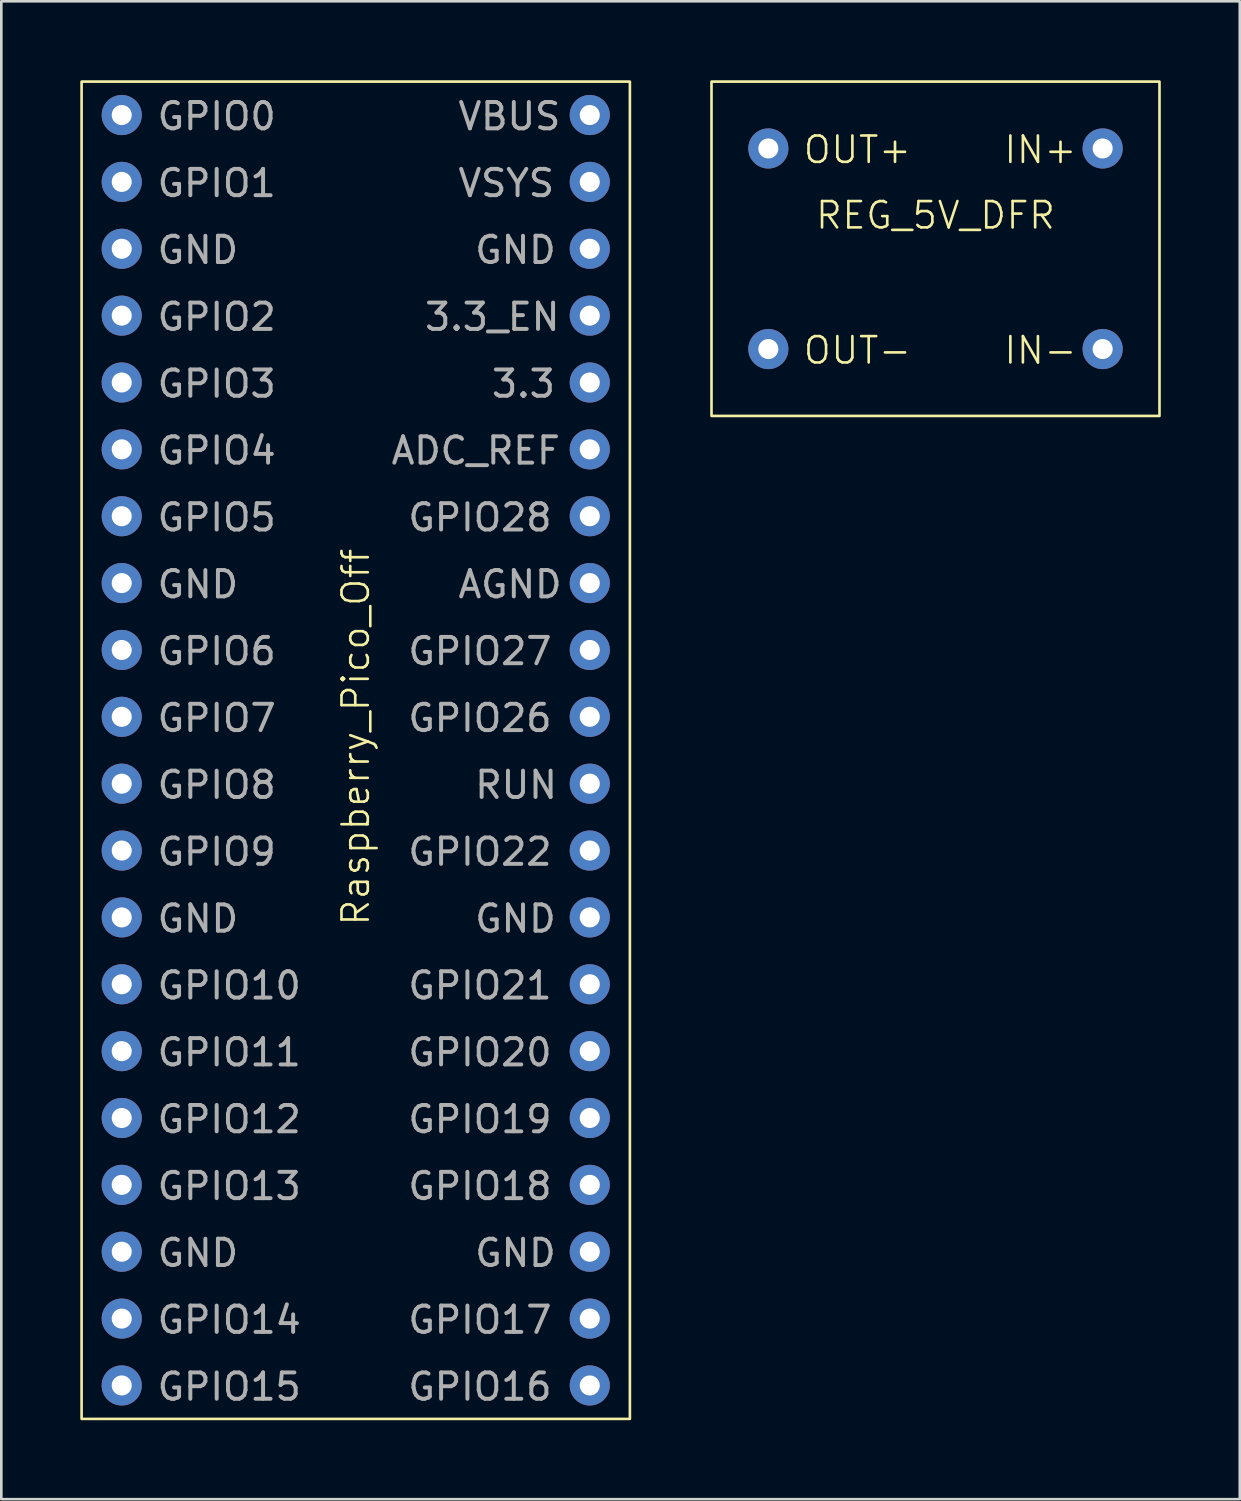
<source format=kicad_pcb>
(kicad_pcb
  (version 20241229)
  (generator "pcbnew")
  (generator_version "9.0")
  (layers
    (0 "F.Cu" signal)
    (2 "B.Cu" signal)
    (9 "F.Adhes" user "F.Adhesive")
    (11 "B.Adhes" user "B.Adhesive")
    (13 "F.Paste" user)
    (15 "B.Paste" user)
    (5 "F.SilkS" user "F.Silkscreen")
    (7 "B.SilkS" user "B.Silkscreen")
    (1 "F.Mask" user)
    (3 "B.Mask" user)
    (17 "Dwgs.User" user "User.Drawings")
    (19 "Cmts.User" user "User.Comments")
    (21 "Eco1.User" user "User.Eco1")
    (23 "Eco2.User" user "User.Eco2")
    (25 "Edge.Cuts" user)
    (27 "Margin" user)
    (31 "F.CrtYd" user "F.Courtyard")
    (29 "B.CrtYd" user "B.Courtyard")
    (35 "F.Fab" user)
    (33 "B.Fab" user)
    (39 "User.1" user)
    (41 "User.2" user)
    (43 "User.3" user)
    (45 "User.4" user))
  (footprint "REG_5V_DFR"
    (layer "F.Cu")
    (at 32.487 6.4)
    (property "Reference" "REG_5V_DFR" (at 0 -1.27 0) (unlocked yes) (layer "F.SilkS") (effects (font (size 1 1) (thickness 0.1))))
    (attr through_hole)
    (fp_rect (start -8.509 -6.35) (end 8.509 6.35) (stroke (width 0.1) (type default)) (fill no) (layer "F.SilkS"))
    (fp_text user "OUT+" (at -5.08 -3.175 0) (unlocked yes) (layer "F.SilkS") (effects (font (size 1 1) (thickness 0.1)) (justify left bottom)))
    (fp_text user "IN-" (at 2.54 4.445 0) (unlocked yes) (layer "F.SilkS") (effects (font (size 1 1) (thickness 0.1)) (justify left bottom)))
    (fp_text user "OUT-" (at -5.08 4.445 0) (unlocked yes) (layer "F.SilkS") (effects (font (size 1 1) (thickness 0.1)) (justify left bottom)))
    (fp_text user "IN+" (at 2.54 -3.175 0) (unlocked yes) (layer "F.SilkS") (effects (font (size 1 1) (thickness 0.1)) (justify left bottom)))
    (pad "1" thru_hole circle (at 6.35 -3.81) (size 1.524 1.524) (drill 0.762) (layers "*.Cu" "*.Mask"))
    (pad "2" thru_hole circle (at 6.35 3.81) (size 1.524 1.524) (drill 0.762) (layers "*.Cu" "*.Mask"))
    (pad "3" thru_hole circle (at -6.35 -3.81) (size 1.524 1.524) (drill 0.762) (layers "*.Cu" "*.Mask"))
    (pad "4" thru_hole circle (at -6.35 3.81) (size 1.524 1.524) (drill 0.762) (layers "*.Cu" "*.Mask")))
  (footprint "Raspberry_Pico_Off"
    (layer "F.Cu")
    (at 10.464 25.45)
    (property "Reference" "Raspberry_Pico_Off" (at 0 -0.5 90) (unlocked yes) (layer "F.SilkS") (effects (font (size 1 1) (thickness 0.1))))
    (attr through_hole)
    (fp_rect (start -10.414 -25.4) (end 10.414 25.4) (stroke (width 0.1) (type default)) (fill no) (layer "F.SilkS"))
    (fp_text user "VSYS" (at 3.81 -20.955 0) (unlocked yes) (layer "F.Fab") (effects (font (size 1 1) (thickness 0.15)) (justify left bottom)))
    (fp_text user "VBUS" (at 3.81 -23.495 0) (unlocked yes) (layer "F.Fab") (effects (font (size 1 1) (thickness 0.15)) (justify left bottom)))
    (fp_text user "GPIO2" (at -7.62 -15.875 0) (unlocked yes) (layer "F.Fab") (effects (font (size 1 1) (thickness 0.15)) (justify left bottom)))
    (fp_text user "GPIO22" (at 1.905 4.445 0) (unlocked yes) (layer "F.Fab") (effects (font (size 1 1) (thickness 0.15)) (justify left bottom)))
    (fp_text user "GPIO27" (at 1.905 -3.175 0) (unlocked yes) (layer "F.Fab") (effects (font (size 1 1) (thickness 0.15)) (justify left bottom)))
    (fp_text user "GPIO0" (at -7.62 -23.495 0) (unlocked yes) (layer "F.Fab") (effects (font (size 1 1) (thickness 0.15)) (justify left bottom)))
    (fp_text user "GPIO8" (at -7.62 1.905 0) (unlocked yes) (layer "F.Fab") (effects (font (size 1 1) (thickness 0.15)) (justify left bottom)))
    (fp_text user "GPIO9" (at -7.62 4.445 0) (unlocked yes) (layer "F.Fab") (effects (font (size 1 1) (thickness 0.15)) (justify left bottom)))
    (fp_text user "GPIO5" (at -7.62 -8.255 0) (unlocked yes) (layer "F.Fab") (effects (font (size 1 1) (thickness 0.15)) (justify left bottom)))
    (fp_text user "GPIO15" (at -7.62 24.765 0) (unlocked yes) (layer "F.Fab") (effects (font (size 1 1) (thickness 0.15)) (justify left bottom)))
    (fp_text user "GPIO14" (at -7.62 22.225 0) (unlocked yes) (layer "F.Fab") (effects (font (size 1 1) (thickness 0.15)) (justify left bottom)))
    (fp_text user "GPIO1" (at -7.62 -20.955 0) (unlocked yes) (layer "F.Fab") (effects (font (size 1 1) (thickness 0.15)) (justify left bottom)))
    (fp_text user "GPIO28" (at 1.905 -8.255 0) (unlocked yes) (layer "F.Fab") (effects (font (size 1 1) (thickness 0.15)) (justify left bottom)))
    (fp_text user "GND" (at -7.62 -18.415 0) (unlocked yes) (layer "F.Fab") (effects (font (size 1 1) (thickness 0.15)) (justify left bottom)))
    (fp_text user "GPIO26" (at 1.905 -0.635 0) (unlocked yes) (layer "F.Fab") (effects (font (size 1 1) (thickness 0.15)) (justify left bottom)))
    (fp_text user "AGND" (at 3.81 -5.715 0) (unlocked yes) (layer "F.Fab") (effects (font (size 1 1) (thickness 0.15)) (justify left bottom)))
    (fp_text user "GPIO10" (at -7.62 9.525 0) (unlocked yes) (layer "F.Fab") (effects (font (size 1 1) (thickness 0.15)) (justify left bottom)))
    (fp_text user "GPIO4" (at -7.62 -10.795 0) (unlocked yes) (layer "F.Fab") (effects (font (size 1 1) (thickness 0.15)) (justify left bottom)))
    (fp_text user "GPIO3" (at -7.62 -13.335 0) (unlocked yes) (layer "F.Fab") (effects (font (size 1 1) (thickness 0.15)) (justify left bottom)))
    (fp_text user "3.3" (at 5.08 -13.335 0) (unlocked yes) (layer "F.Fab") (effects (font (size 1 1) (thickness 0.15)) (justify left bottom)))
    (fp_text user "GPIO12" (at -7.62 14.605 0) (unlocked yes) (layer "F.Fab") (effects (font (size 1 1) (thickness 0.15)) (justify left bottom)))
    (fp_text user "ADC_REF" (at 1.27 -10.795 0) (unlocked yes) (layer "F.Fab") (effects (font (size 1 1) (thickness 0.15)) (justify left bottom)))
    (fp_text user "GND" (at 4.445 19.685 0) (unlocked yes) (layer "F.Fab") (effects (font (size 1 1) (thickness 0.15)) (justify left bottom)))
    (fp_text user "GND" (at -7.62 19.685 0) (unlocked yes) (layer "F.Fab") (effects (font (size 1 1) (thickness 0.15)) (justify left bottom)))
    (fp_text user "GND" (at -7.62 6.985 0) (unlocked yes) (layer "F.Fab") (effects (font (size 1 1) (thickness 0.15)) (justify left bottom)))
    (fp_text user "GPIO18" (at 1.905 17.145 0) (unlocked yes) (layer "F.Fab") (effects (font (size 1 1) (thickness 0.15)) (justify left bottom)))
    (fp_text user "GND" (at 4.445 6.985 0) (unlocked yes) (layer "F.Fab") (effects (font (size 1 1) (thickness 0.15)) (justify left bottom)))
    (fp_text user "GPIO20" (at 1.905 12.065 0) (unlocked yes) (layer "F.Fab") (effects (font (size 1 1) (thickness 0.15)) (justify left bottom)))
    (fp_text user "GPIO19" (at 1.905 14.605 0) (unlocked yes) (layer "F.Fab") (effects (font (size 1 1) (thickness 0.15)) (justify left bottom)))
    (fp_text user "RUN" (at 4.445 1.905 0) (unlocked yes) (layer "F.Fab") (effects (font (size 1 1) (thickness 0.15)) (justify left bottom)))
    (fp_text user "GND" (at -7.62 -5.715 0) (unlocked yes) (layer "F.Fab") (effects (font (size 1 1) (thickness 0.15)) (justify left bottom)))
    (fp_text user "GND" (at 4.445 -18.415 0) (unlocked yes) (layer "F.Fab") (effects (font (size 1 1) (thickness 0.15)) (justify left bottom)))
    (fp_text user "3.3_EN" (at 2.54 -15.875 0) (unlocked yes) (layer "F.Fab") (effects (font (size 1 1) (thickness 0.15)) (justify left bottom)))
    (fp_text user "GPIO6" (at -7.62 -3.175 0) (unlocked yes) (layer "F.Fab") (effects (font (size 1 1) (thickness 0.15)) (justify left bottom)))
    (fp_text user "GPIO7" (at -7.62 -0.635 0) (unlocked yes) (layer "F.Fab") (effects (font (size 1 1) (thickness 0.15)) (justify left bottom)))
    (fp_text user "GPIO11" (at -7.62 12.065 0) (unlocked yes) (layer "F.Fab") (effects (font (size 1 1) (thickness 0.15)) (justify left bottom)))
    (fp_text user "GPIO17" (at 1.905 22.225 0) (unlocked yes) (layer "F.Fab") (effects (font (size 1 1) (thickness 0.15)) (justify left bottom)))
    (fp_text user "GPIO13" (at -7.62 17.145 0) (unlocked yes) (layer "F.Fab") (effects (font (size 1 1) (thickness 0.15)) (justify left bottom)))
    (fp_text user "GPIO21" (at 1.905 9.525 0) (unlocked yes) (layer "F.Fab") (effects (font (size 1 1) (thickness 0.15)) (justify left bottom)))
    (fp_text user "GPIO16" (at 1.905 24.765 0) (unlocked yes) (layer "F.Fab") (effects (font (size 1 1) (thickness 0.15)) (justify left bottom)))
    (pad "1" thru_hole circle (at 8.89 -24.13) (size 1.524 1.524) (drill 0.762) (layers "*.Cu" "*.Mask"))
    (pad "2" thru_hole circle (at 8.89 -21.59) (size 1.524 1.524) (drill 0.762) (layers "*.Cu" "*.Mask"))
    (pad "3" thru_hole circle (at 8.89 -19.05) (size 1.524 1.524) (drill 0.762) (layers "*.Cu" "*.Mask"))
    (pad "4" thru_hole circle (at 8.89 -16.51) (size 1.524 1.524) (drill 0.762) (layers "*.Cu" "*.Mask"))
    (pad "5" thru_hole circle (at 8.89 -13.97) (size 1.524 1.524) (drill 0.762) (layers "*.Cu" "*.Mask"))
    (pad "6" thru_hole circle (at 8.89 -11.43) (size 1.524 1.524) (drill 0.762) (layers "*.Cu" "*.Mask"))
    (pad "7" thru_hole circle (at 8.89 -8.89) (size 1.524 1.524) (drill 0.762) (layers "*.Cu" "*.Mask"))
    (pad "8" thru_hole circle (at 8.89 -6.35) (size 1.524 1.524) (drill 0.762) (layers "*.Cu" "*.Mask"))
    (pad "9" thru_hole circle (at 8.89 -3.81) (size 1.524 1.524) (drill 0.762) (layers "*.Cu" "*.Mask"))
    (pad "10" thru_hole circle (at 8.89 -1.27) (size 1.524 1.524) (drill 0.762) (layers "*.Cu" "*.Mask"))
    (pad "11" thru_hole circle (at 8.89 1.27) (size 1.524 1.524) (drill 0.762) (layers "*.Cu" "*.Mask"))
    (pad "12" thru_hole circle (at 8.89 3.81) (size 1.524 1.524) (drill 0.762) (layers "*.Cu" "*.Mask"))
    (pad "13" thru_hole circle (at 8.89 6.35) (size 1.524 1.524) (drill 0.762) (layers "*.Cu" "*.Mask"))
    (pad "14" thru_hole circle (at 8.89 8.89) (size 1.524 1.524) (drill 0.762) (layers "*.Cu" "*.Mask"))
    (pad "15" thru_hole circle (at 8.89 11.43) (size 1.524 1.524) (drill 0.762) (layers "*.Cu" "*.Mask"))
    (pad "16" thru_hole circle (at 8.89 13.97) (size 1.524 1.524) (drill 0.762) (layers "*.Cu" "*.Mask"))
    (pad "17" thru_hole circle (at 8.89 16.51) (size 1.524 1.524) (drill 0.762) (layers "*.Cu" "*.Mask"))
    (pad "18" thru_hole circle (at 8.89 19.05) (size 1.524 1.524) (drill 0.762) (layers "*.Cu" "*.Mask"))
    (pad "19" thru_hole circle (at 8.89 21.59) (size 1.524 1.524) (drill 0.762) (layers "*.Cu" "*.Mask"))
    (pad "20" thru_hole circle (at 8.89 24.13) (size 1.524 1.524) (drill 0.762) (layers "*.Cu" "*.Mask"))
    (pad "21" thru_hole circle (at -8.89 -24.13) (size 1.524 1.524) (drill 0.762) (layers "*.Cu" "*.Mask"))
    (pad "22" thru_hole circle (at -8.89 -21.59) (size 1.524 1.524) (drill 0.762) (layers "*.Cu" "*.Mask"))
    (pad "23" thru_hole circle (at -8.89 -19.05) (size 1.524 1.524) (drill 0.762) (layers "*.Cu" "*.Mask"))
    (pad "24" thru_hole circle (at -8.89 -16.51) (size 1.524 1.524) (drill 0.762) (layers "*.Cu" "*.Mask"))
    (pad "25" thru_hole circle (at -8.89 -13.97) (size 1.524 1.524) (drill 0.762) (layers "*.Cu" "*.Mask"))
    (pad "26" thru_hole circle (at -8.89 -11.43) (size 1.524 1.524) (drill 0.762) (layers "*.Cu" "*.Mask"))
    (pad "27" thru_hole circle (at -8.89 -8.89) (size 1.524 1.524) (drill 0.762) (layers "*.Cu" "*.Mask"))
    (pad "28" thru_hole circle (at -8.89 -6.35) (size 1.524 1.524) (drill 0.762) (layers "*.Cu" "*.Mask"))
    (pad "29" thru_hole circle (at -8.89 -3.81) (size 1.524 1.524) (drill 0.762) (layers "*.Cu" "*.Mask"))
    (pad "30" thru_hole circle (at -8.89 -1.27) (size 1.524 1.524) (drill 0.762) (layers "*.Cu" "*.Mask"))
    (pad "31" thru_hole circle (at -8.89 1.27) (size 1.524 1.524) (drill 0.762) (layers "*.Cu" "*.Mask"))
    (pad "32" thru_hole circle (at -8.89 3.81) (size 1.524 1.524) (drill 0.762) (layers "*.Cu" "*.Mask"))
    (pad "33" thru_hole circle (at -8.89 6.35) (size 1.524 1.524) (drill 0.762) (layers "*.Cu" "*.Mask"))
    (pad "34" thru_hole circle (at -8.89 8.89) (size 1.524 1.524) (drill 0.762) (layers "*.Cu" "*.Mask"))
    (pad "35" thru_hole circle (at -8.89 11.43) (size 1.524 1.524) (drill 0.762) (layers "*.Cu" "*.Mask"))
    (pad "36" thru_hole circle (at -8.89 13.97) (size 1.524 1.524) (drill 0.762) (layers "*.Cu" "*.Mask"))
    (pad "37" thru_hole circle (at -8.89 16.51) (size 1.524 1.524) (drill 0.762) (layers "*.Cu" "*.Mask"))
    (pad "38" thru_hole circle (at -8.89 19.05) (size 1.524 1.524) (drill 0.762) (layers "*.Cu" "*.Mask"))
    (pad "39" thru_hole circle (at -8.89 21.59) (size 1.524 1.524) (drill 0.762) (layers "*.Cu" "*.Mask"))
    (pad "40" thru_hole circle (at -8.89 24.13) (size 1.524 1.524) (drill 0.762) (layers "*.Cu" "*.Mask")))
  (gr_rect
    (start -3 -3)
    (end 44.046 53.9)
    (stroke (width 0.1) (type default))
    (fill no)
    (layer "Edge.Cuts")))
</source>
